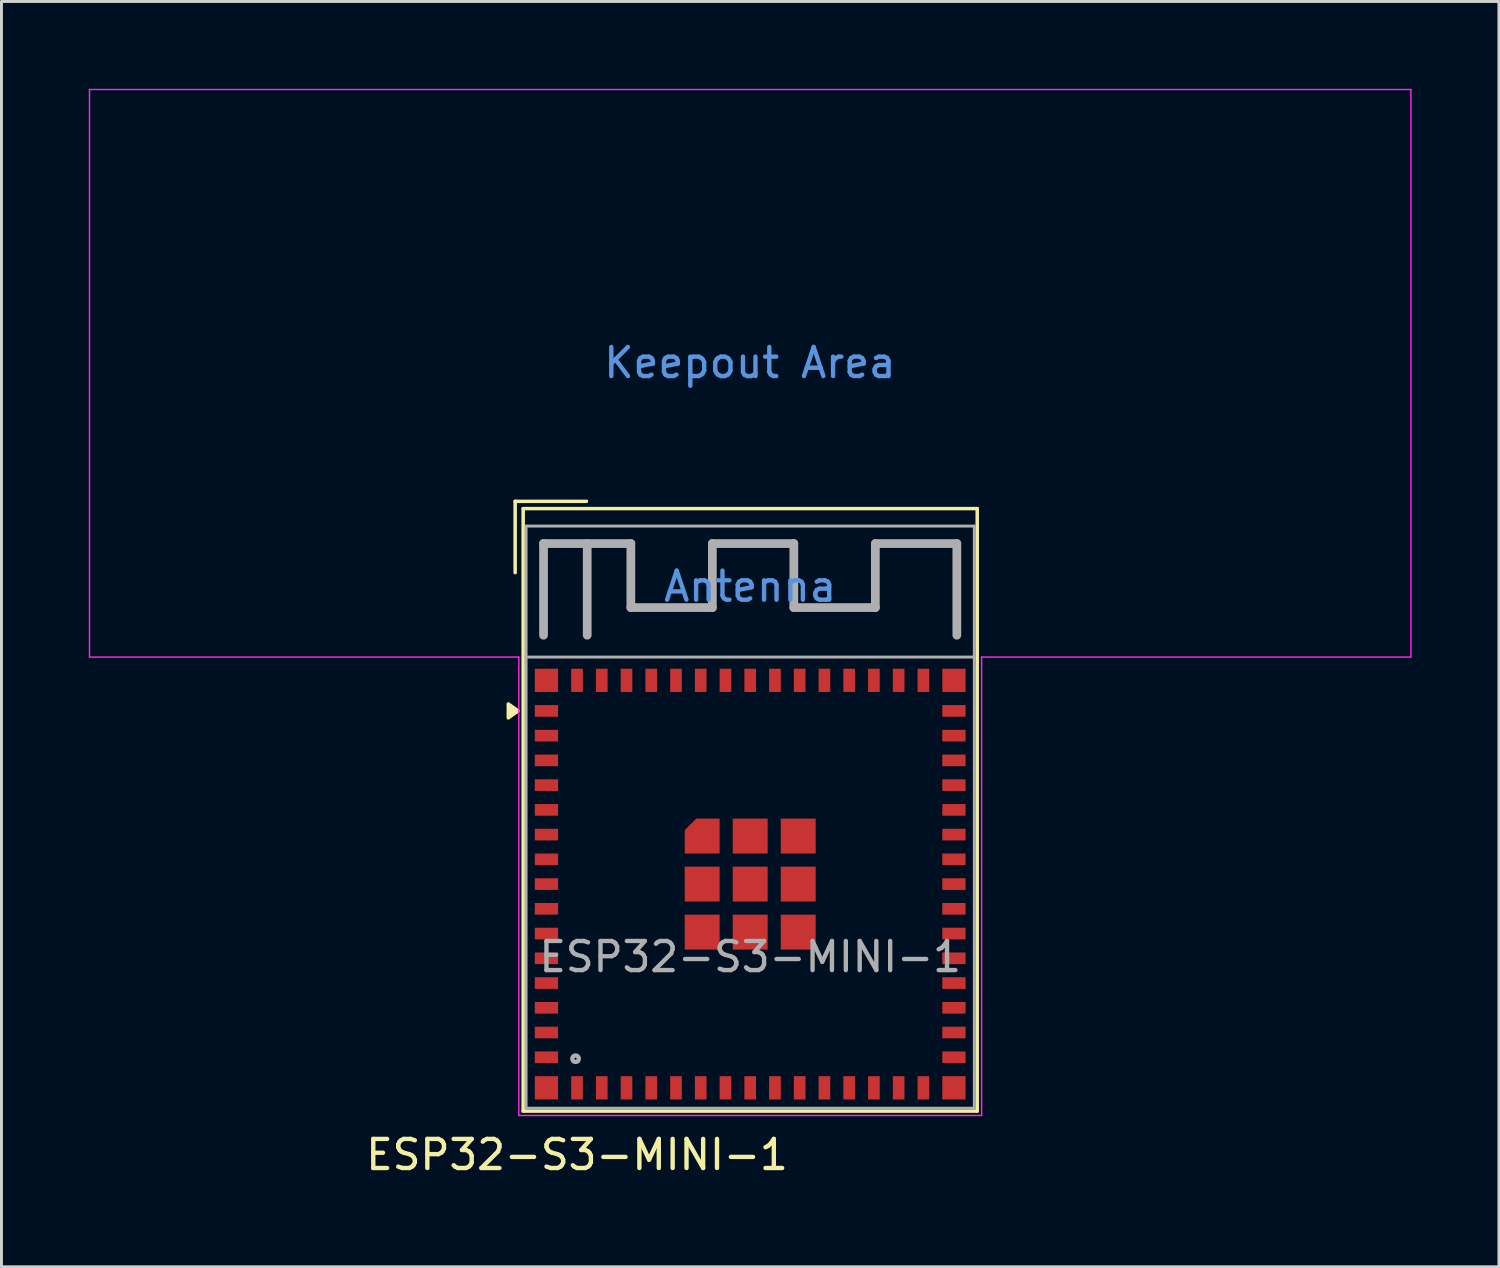
<source format=kicad_pcb>
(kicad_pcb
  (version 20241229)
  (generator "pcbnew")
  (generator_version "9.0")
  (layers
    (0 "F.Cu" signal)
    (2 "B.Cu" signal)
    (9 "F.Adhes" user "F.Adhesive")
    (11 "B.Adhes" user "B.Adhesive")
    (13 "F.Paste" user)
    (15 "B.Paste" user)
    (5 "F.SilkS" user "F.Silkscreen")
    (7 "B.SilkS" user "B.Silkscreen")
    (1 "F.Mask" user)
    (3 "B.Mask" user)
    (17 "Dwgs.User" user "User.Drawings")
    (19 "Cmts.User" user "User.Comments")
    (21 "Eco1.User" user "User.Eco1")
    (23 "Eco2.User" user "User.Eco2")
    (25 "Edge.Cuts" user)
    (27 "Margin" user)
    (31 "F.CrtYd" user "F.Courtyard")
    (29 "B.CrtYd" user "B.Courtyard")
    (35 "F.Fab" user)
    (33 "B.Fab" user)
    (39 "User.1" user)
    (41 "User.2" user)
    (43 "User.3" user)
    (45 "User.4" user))
  (footprint "ESP32-S3-MINI-1"
    (layer "F.Cu")
    (at 22.725 24.775)
    (property "Reference" "ESP32-S3-MINI-1" (at -5.95 11.85 0) (unlocked yes) (layer "F.SilkS") (effects (font (size 1 1) (thickness 0.15))))
    (attr smd)
    (fp_line (start -8.075 -10.6) (end -8.075 -8.15) (stroke (width 0.12) (type solid)) (layer "F.SilkS"))
    (fp_line (start -8.075 -10.6) (end -5.625 -10.6) (stroke (width 0.12) (type solid)) (layer "F.SilkS"))
    (fp_line (start -7.8 -10.35) (end 7.8 -10.35) (stroke (width 0.12) (type solid)) (layer "F.SilkS"))
    (fp_line (start -7.8 10.35) (end -7.8 -10.35) (stroke (width 0.12) (type solid)) (layer "F.SilkS"))
    (fp_line (start 7.8 -10.35) (end 7.8 10.35) (stroke (width 0.12) (type solid)) (layer "F.SilkS"))
    (fp_line (start 7.8 10.35) (end -7.8 10.35) (stroke (width 0.12) (type solid)) (layer "F.SilkS"))
    (fp_poly (pts (xy -7.975 -3.4) (xy -8.311 -3.16) (xy -8.311 -3.64) (xy -7.975 -3.4)) (stroke (width 0.12) (type solid)) (fill yes) (layer "F.SilkS"))
    (fp_line (start -22.7 -24.75) (end 22.7 -24.75) (stroke (width 0.05) (type solid)) (layer "F.CrtYd"))
    (fp_line (start -22.7 -5.25) (end -22.7 -24.75) (stroke (width 0.05) (type solid)) (layer "F.CrtYd"))
    (fp_line (start -7.95 -5.25) (end -22.7 -5.25) (stroke (width 0.05) (type solid)) (layer "F.CrtYd"))
    (fp_line (start -7.95 10.5) (end -7.95 -5.25) (stroke (width 0.05) (type solid)) (layer "F.CrtYd"))
    (fp_line (start 7.95 -5.25) (end 7.95 10.5) (stroke (width 0.05) (type solid)) (layer "F.CrtYd"))
    (fp_line (start 7.95 -5.25) (end 22.7 -5.25) (stroke (width 0.05) (type solid)) (layer "F.CrtYd"))
    (fp_line (start 7.95 10.5) (end -7.95 10.5) (stroke (width 0.05) (type solid)) (layer "F.CrtYd"))
    (fp_line (start 22.7 -5.25) (end 22.7 -24.75) (stroke (width 0.05) (type solid)) (layer "F.CrtYd"))
    (fp_line (start -7.7 -9.75) (end 7.7 -9.75) (stroke (width 0.1) (type solid)) (layer "F.Fab"))
    (fp_line (start -7.7 -5.25) (end 7.7 -5.25) (stroke (width 0.1) (type solid)) (layer "F.Fab"))
    (fp_line (start -7.7 10.25) (end -7.7 -9.75) (stroke (width 0.1) (type solid)) (layer "F.Fab"))
    (fp_line (start -7.1 -9.15) (end -4.1 -9.15) (stroke (width 0.3) (type solid)) (layer "F.Fab"))
    (fp_line (start -7.1 -6) (end -7.1 -9.15) (stroke (width 0.3) (type solid)) (layer "F.Fab"))
    (fp_line (start -5.6 -6) (end -5.6 -9.15) (stroke (width 0.3) (type solid)) (layer "F.Fab"))
    (fp_line (start -4.1 -9.15) (end -4.1 -6.95) (stroke (width 0.3) (type solid)) (layer "F.Fab"))
    (fp_line (start -4.1 -6.95) (end -1.3 -6.95) (stroke (width 0.3) (type solid)) (layer "F.Fab"))
    (fp_line (start -1.3 -9.15) (end 1.5 -9.15) (stroke (width 0.3) (type solid)) (layer "F.Fab"))
    (fp_line (start -1.3 -6.95) (end -1.3 -9.15) (stroke (width 0.3) (type solid)) (layer "F.Fab"))
    (fp_line (start 1.5 -9.15) (end 1.5 -6.95) (stroke (width 0.3) (type solid)) (layer "F.Fab"))
    (fp_line (start 1.5 -6.95) (end 4.3 -6.95) (stroke (width 0.3) (type solid)) (layer "F.Fab"))
    (fp_line (start 4.3 -9.15) (end 7.1 -9.15) (stroke (width 0.3) (type solid)) (layer "F.Fab"))
    (fp_line (start 4.3 -6.95) (end 4.3 -9.15) (stroke (width 0.3) (type solid)) (layer "F.Fab"))
    (fp_line (start 7.1 -9.15) (end 7.1 -6) (stroke (width 0.3) (type solid)) (layer "F.Fab"))
    (fp_line (start 7.7 -9.75) (end 7.7 10.25) (stroke (width 0.1) (type solid)) (layer "F.Fab"))
    (fp_line (start 7.7 10.25) (end -7.7 10.25) (stroke (width 0.1) (type solid)) (layer "F.Fab"))
    (fp_circle (center -6 8.55) (end -5.888 8.55) (stroke (width 0.15) (type solid)) (fill no) (layer "F.Fab"))
    (fp_text user "Antenna" (at 0 -7.675 0) (layer "Cmts.User") (effects (font (size 1 1) (thickness 0.15))))
    (fp_text user "Keepout Area" (at -0.01 -15.36 0) (layer "Cmts.User") (effects (font (size 1 1) (thickness 0.15))))
    (fp_text user "${REFERENCE}" (at 0 5.05 0) (unlocked yes) (layer "F.Fab") (effects (font (size 1 1) (thickness 0.15))))
    (pad "1" smd rect (at -7 -3.4) (size 0.8 0.4) (layers "F.Cu" "F.Mask" "F.Paste"))
    (pad "2" smd rect (at -7 -2.55) (size 0.8 0.4) (layers "F.Cu" "F.Mask" "F.Paste"))
    (pad "3" smd rect (at -7 -1.7) (size 0.8 0.4) (layers "F.Cu" "F.Mask" "F.Paste"))
    (pad "4" smd rect (at -7 -0.85) (size 0.8 0.4) (layers "F.Cu" "F.Mask" "F.Paste"))
    (pad "5" smd rect (at -7 0) (size 0.8 0.4) (layers "F.Cu" "F.Mask" "F.Paste"))
    (pad "6" smd rect (at -7 0.85) (size 0.8 0.4) (layers "F.Cu" "F.Mask" "F.Paste"))
    (pad "7" smd rect (at -7 1.7) (size 0.8 0.4) (layers "F.Cu" "F.Mask" "F.Paste"))
    (pad "8" smd rect (at -7 2.55) (size 0.8 0.4) (layers "F.Cu" "F.Mask" "F.Paste"))
    (pad "9" smd rect (at -7 3.4) (size 0.8 0.4) (layers "F.Cu" "F.Mask" "F.Paste"))
    (pad "10" smd rect (at -7 4.25) (size 0.8 0.4) (layers "F.Cu" "F.Mask" "F.Paste"))
    (pad "11" smd rect (at -7 5.1) (size 0.8 0.4) (layers "F.Cu" "F.Mask" "F.Paste"))
    (pad "12" smd rect (at -7 5.95) (size 0.8 0.4) (layers "F.Cu" "F.Mask" "F.Paste"))
    (pad "13" smd rect (at -7 6.8) (size 0.8 0.4) (layers "F.Cu" "F.Mask" "F.Paste"))
    (pad "14" smd rect (at -7 7.65) (size 0.8 0.4) (layers "F.Cu" "F.Mask" "F.Paste"))
    (pad "15" smd rect (at -7 8.5) (size 0.8 0.4) (layers "F.Cu" "F.Mask" "F.Paste"))
    (pad "16" smd rect (at -5.95 9.55 90) (size 0.8 0.4) (layers "F.Cu" "F.Mask" "F.Paste"))
    (pad "17" smd rect (at -5.1 9.55 90) (size 0.8 0.4) (layers "F.Cu" "F.Mask" "F.Paste"))
    (pad "18" smd rect (at -4.25 9.55 90) (size 0.8 0.4) (layers "F.Cu" "F.Mask" "F.Paste"))
    (pad "19" smd rect (at -3.4 9.55 90) (size 0.8 0.4) (layers "F.Cu" "F.Mask" "F.Paste"))
    (pad "20" smd rect (at -2.55 9.55 90) (size 0.8 0.4) (layers "F.Cu" "F.Mask" "F.Paste"))
    (pad "21" smd rect (at -1.7 9.55 90) (size 0.8 0.4) (layers "F.Cu" "F.Mask" "F.Paste"))
    (pad "22" smd rect (at -0.85 9.55 90) (size 0.8 0.4) (layers "F.Cu" "F.Mask" "F.Paste"))
    (pad "23" smd rect (at 0 9.55 90) (size 0.8 0.4) (layers "F.Cu" "F.Mask" "F.Paste"))
    (pad "24" smd rect (at 0.85 9.55 90) (size 0.8 0.4) (layers "F.Cu" "F.Mask" "F.Paste"))
    (pad "25" smd rect (at 1.7 9.55 90) (size 0.8 0.4) (layers "F.Cu" "F.Mask" "F.Paste"))
    (pad "26" smd rect (at 2.55 9.55 90) (size 0.8 0.4) (layers "F.Cu" "F.Mask" "F.Paste"))
    (pad "27" smd rect (at 3.4 9.55 90) (size 0.8 0.4) (layers "F.Cu" "F.Mask" "F.Paste"))
    (pad "28" smd rect (at 4.25 9.55 90) (size 0.8 0.4) (layers "F.Cu" "F.Mask" "F.Paste"))
    (pad "29" smd rect (at 5.1 9.55 90) (size 0.8 0.4) (layers "F.Cu" "F.Mask" "F.Paste"))
    (pad "30" smd rect (at 5.95 9.55 90) (size 0.8 0.4) (layers "F.Cu" "F.Mask" "F.Paste"))
    (pad "31" smd rect (at 7 8.5) (size 0.8 0.4) (layers "F.Cu" "F.Mask" "F.Paste"))
    (pad "32" smd rect (at 7 7.65) (size 0.8 0.4) (layers "F.Cu" "F.Mask" "F.Paste"))
    (pad "33" smd rect (at 7 6.8) (size 0.8 0.4) (layers "F.Cu" "F.Mask" "F.Paste"))
    (pad "34" smd rect (at 7 5.95) (size 0.8 0.4) (layers "F.Cu" "F.Mask" "F.Paste"))
    (pad "35" smd rect (at 7 5.1) (size 0.8 0.4) (layers "F.Cu" "F.Mask" "F.Paste"))
    (pad "36" smd rect (at 7 4.25) (size 0.8 0.4) (layers "F.Cu" "F.Mask" "F.Paste"))
    (pad "37" smd rect (at 7 3.4) (size 0.8 0.4) (layers "F.Cu" "F.Mask" "F.Paste"))
    (pad "38" smd rect (at 7 2.55) (size 0.8 0.4) (layers "F.Cu" "F.Mask" "F.Paste"))
    (pad "39" smd rect (at 7 1.7) (size 0.8 0.4) (layers "F.Cu" "F.Mask" "F.Paste"))
    (pad "40" smd rect (at 7 0.85) (size 0.8 0.4) (layers "F.Cu" "F.Mask" "F.Paste"))
    (pad "41" smd rect (at 7 0) (size 0.8 0.4) (layers "F.Cu" "F.Mask" "F.Paste"))
    (pad "42" smd rect (at 7 -0.85) (size 0.8 0.4) (layers "F.Cu" "F.Mask" "F.Paste"))
    (pad "43" smd rect (at 7 -1.7) (size 0.8 0.4) (layers "F.Cu" "F.Mask" "F.Paste"))
    (pad "44" smd rect (at 7 -2.55) (size 0.8 0.4) (layers "F.Cu" "F.Mask" "F.Paste"))
    (pad "45" smd rect (at 7 -3.4) (size 0.8 0.4) (layers "F.Cu" "F.Mask" "F.Paste"))
    (pad "46" smd rect (at 5.95 -4.45 90) (size 0.8 0.4) (layers "F.Cu" "F.Mask" "F.Paste"))
    (pad "47" smd rect (at 5.1 -4.45 90) (size 0.8 0.4) (layers "F.Cu" "F.Mask" "F.Paste"))
    (pad "48" smd rect (at 4.25 -4.45 90) (size 0.8 0.4) (layers "F.Cu" "F.Mask" "F.Paste"))
    (pad "49" smd rect (at 3.4 -4.45 90) (size 0.8 0.4) (layers "F.Cu" "F.Mask" "F.Paste"))
    (pad "50" smd rect (at 2.55 -4.45 90) (size 0.8 0.4) (layers "F.Cu" "F.Mask" "F.Paste"))
    (pad "51" smd rect (at 1.7 -4.45 90) (size 0.8 0.4) (layers "F.Cu" "F.Mask" "F.Paste"))
    (pad "52" smd rect (at 0.85 -4.45 90) (size 0.8 0.4) (layers "F.Cu" "F.Mask" "F.Paste"))
    (pad "53" smd rect (at 0 -4.45 90) (size 0.8 0.4) (layers "F.Cu" "F.Mask" "F.Paste"))
    (pad "54" smd rect (at -0.85 -4.45 90) (size 0.8 0.4) (layers "F.Cu" "F.Mask" "F.Paste"))
    (pad "55" smd rect (at -1.7 -4.45 90) (size 0.8 0.4) (layers "F.Cu" "F.Mask" "F.Paste"))
    (pad "56" smd rect (at -2.55 -4.45 90) (size 0.8 0.4) (layers "F.Cu" "F.Mask" "F.Paste"))
    (pad "57" smd rect (at -3.4 -4.45 90) (size 0.8 0.4) (layers "F.Cu" "F.Mask" "F.Paste"))
    (pad "58" smd rect (at -4.25 -4.45 90) (size 0.8 0.4) (layers "F.Cu" "F.Mask" "F.Paste"))
    (pad "59" smd rect (at -5.1 -4.45 90) (size 0.8 0.4) (layers "F.Cu" "F.Mask" "F.Paste"))
    (pad "60" smd rect (at -5.95 -4.45 90) (size 0.8 0.4) (layers "F.Cu" "F.Mask" "F.Paste"))
    (pad "61" smd roundrect (at -1.65 0.9) (size 1.2 1.2) (property pad_prop_heatsink) (layers "F.Cu" "F.Mask" "F.Paste") (roundrect_rratio 0) (chamfer_ratio 0.33) (chamfer top_left))
    (pad "61" smd rect (at -1.65 2.55) (size 1.2 1.2) (property pad_prop_heatsink) (layers "F.Cu" "F.Mask" "F.Paste"))
    (pad "61" smd rect (at -1.65 4.2) (size 1.2 1.2) (property pad_prop_heatsink) (layers "F.Cu" "F.Mask" "F.Paste"))
    (pad "61" smd rect (at 0 0.9) (size 1.2 1.2) (property pad_prop_heatsink) (layers "F.Cu" "F.Mask" "F.Paste"))
    (pad "61" smd rect (at 0 2.55) (size 1.2 1.2) (property pad_prop_heatsink) (layers "F.Cu" "F.Mask" "F.Paste"))
    (pad "61" smd rect (at 0 4.2) (size 1.2 1.2) (property pad_prop_heatsink) (layers "F.Cu" "F.Mask" "F.Paste"))
    (pad "61" smd rect (at 1.65 0.9) (size 1.2 1.2) (property pad_prop_heatsink) (layers "F.Cu" "F.Mask" "F.Paste"))
    (pad "61" smd rect (at 1.65 2.55) (size 1.2 1.2) (property pad_prop_heatsink) (layers "F.Cu" "F.Mask" "F.Paste"))
    (pad "61" smd rect (at 1.65 4.2) (size 1.2 1.2) (property pad_prop_heatsink) (layers "F.Cu" "F.Mask" "F.Paste"))
    (pad "62" smd rect (at -7 -4.45) (size 0.8 0.8) (layers "F.Cu" "F.Mask" "F.Paste"))
    (pad "63" smd rect (at -7 9.55) (size 0.8 0.8) (layers "F.Cu" "F.Mask" "F.Paste"))
    (pad "64" smd rect (at 7 9.55) (size 0.8 0.8) (layers "F.Cu" "F.Mask" "F.Paste"))
    (pad "65" smd rect (at 7 -4.45) (size 0.8 0.8) (layers "F.Cu" "F.Mask" "F.Paste"))
    (zone (net_name "") (layers "F.Cu" "B.Cu") (name "Antenna") (hatch full 0.508) (connect_pads) (min_thickness 0.254) (filled_areas_thickness no) (keepout (tracks not_allowed) (vias not_allowed) (pads not_allowed) (copperpour not_allowed) (footprints not_allowed)) (placement (enabled no)) (fill) (polygon (pts (xy 45.425 19.525) (xy 0.025 19.525) (xy 0.025 0.025) (xy 45.425 0.025)))))
  (gr_rect
    (start -3 -3)
    (end 48.45 40.473)
    (stroke (width 0.1) (type default))
    (fill no)
    (layer "Edge.Cuts")))
</source>
